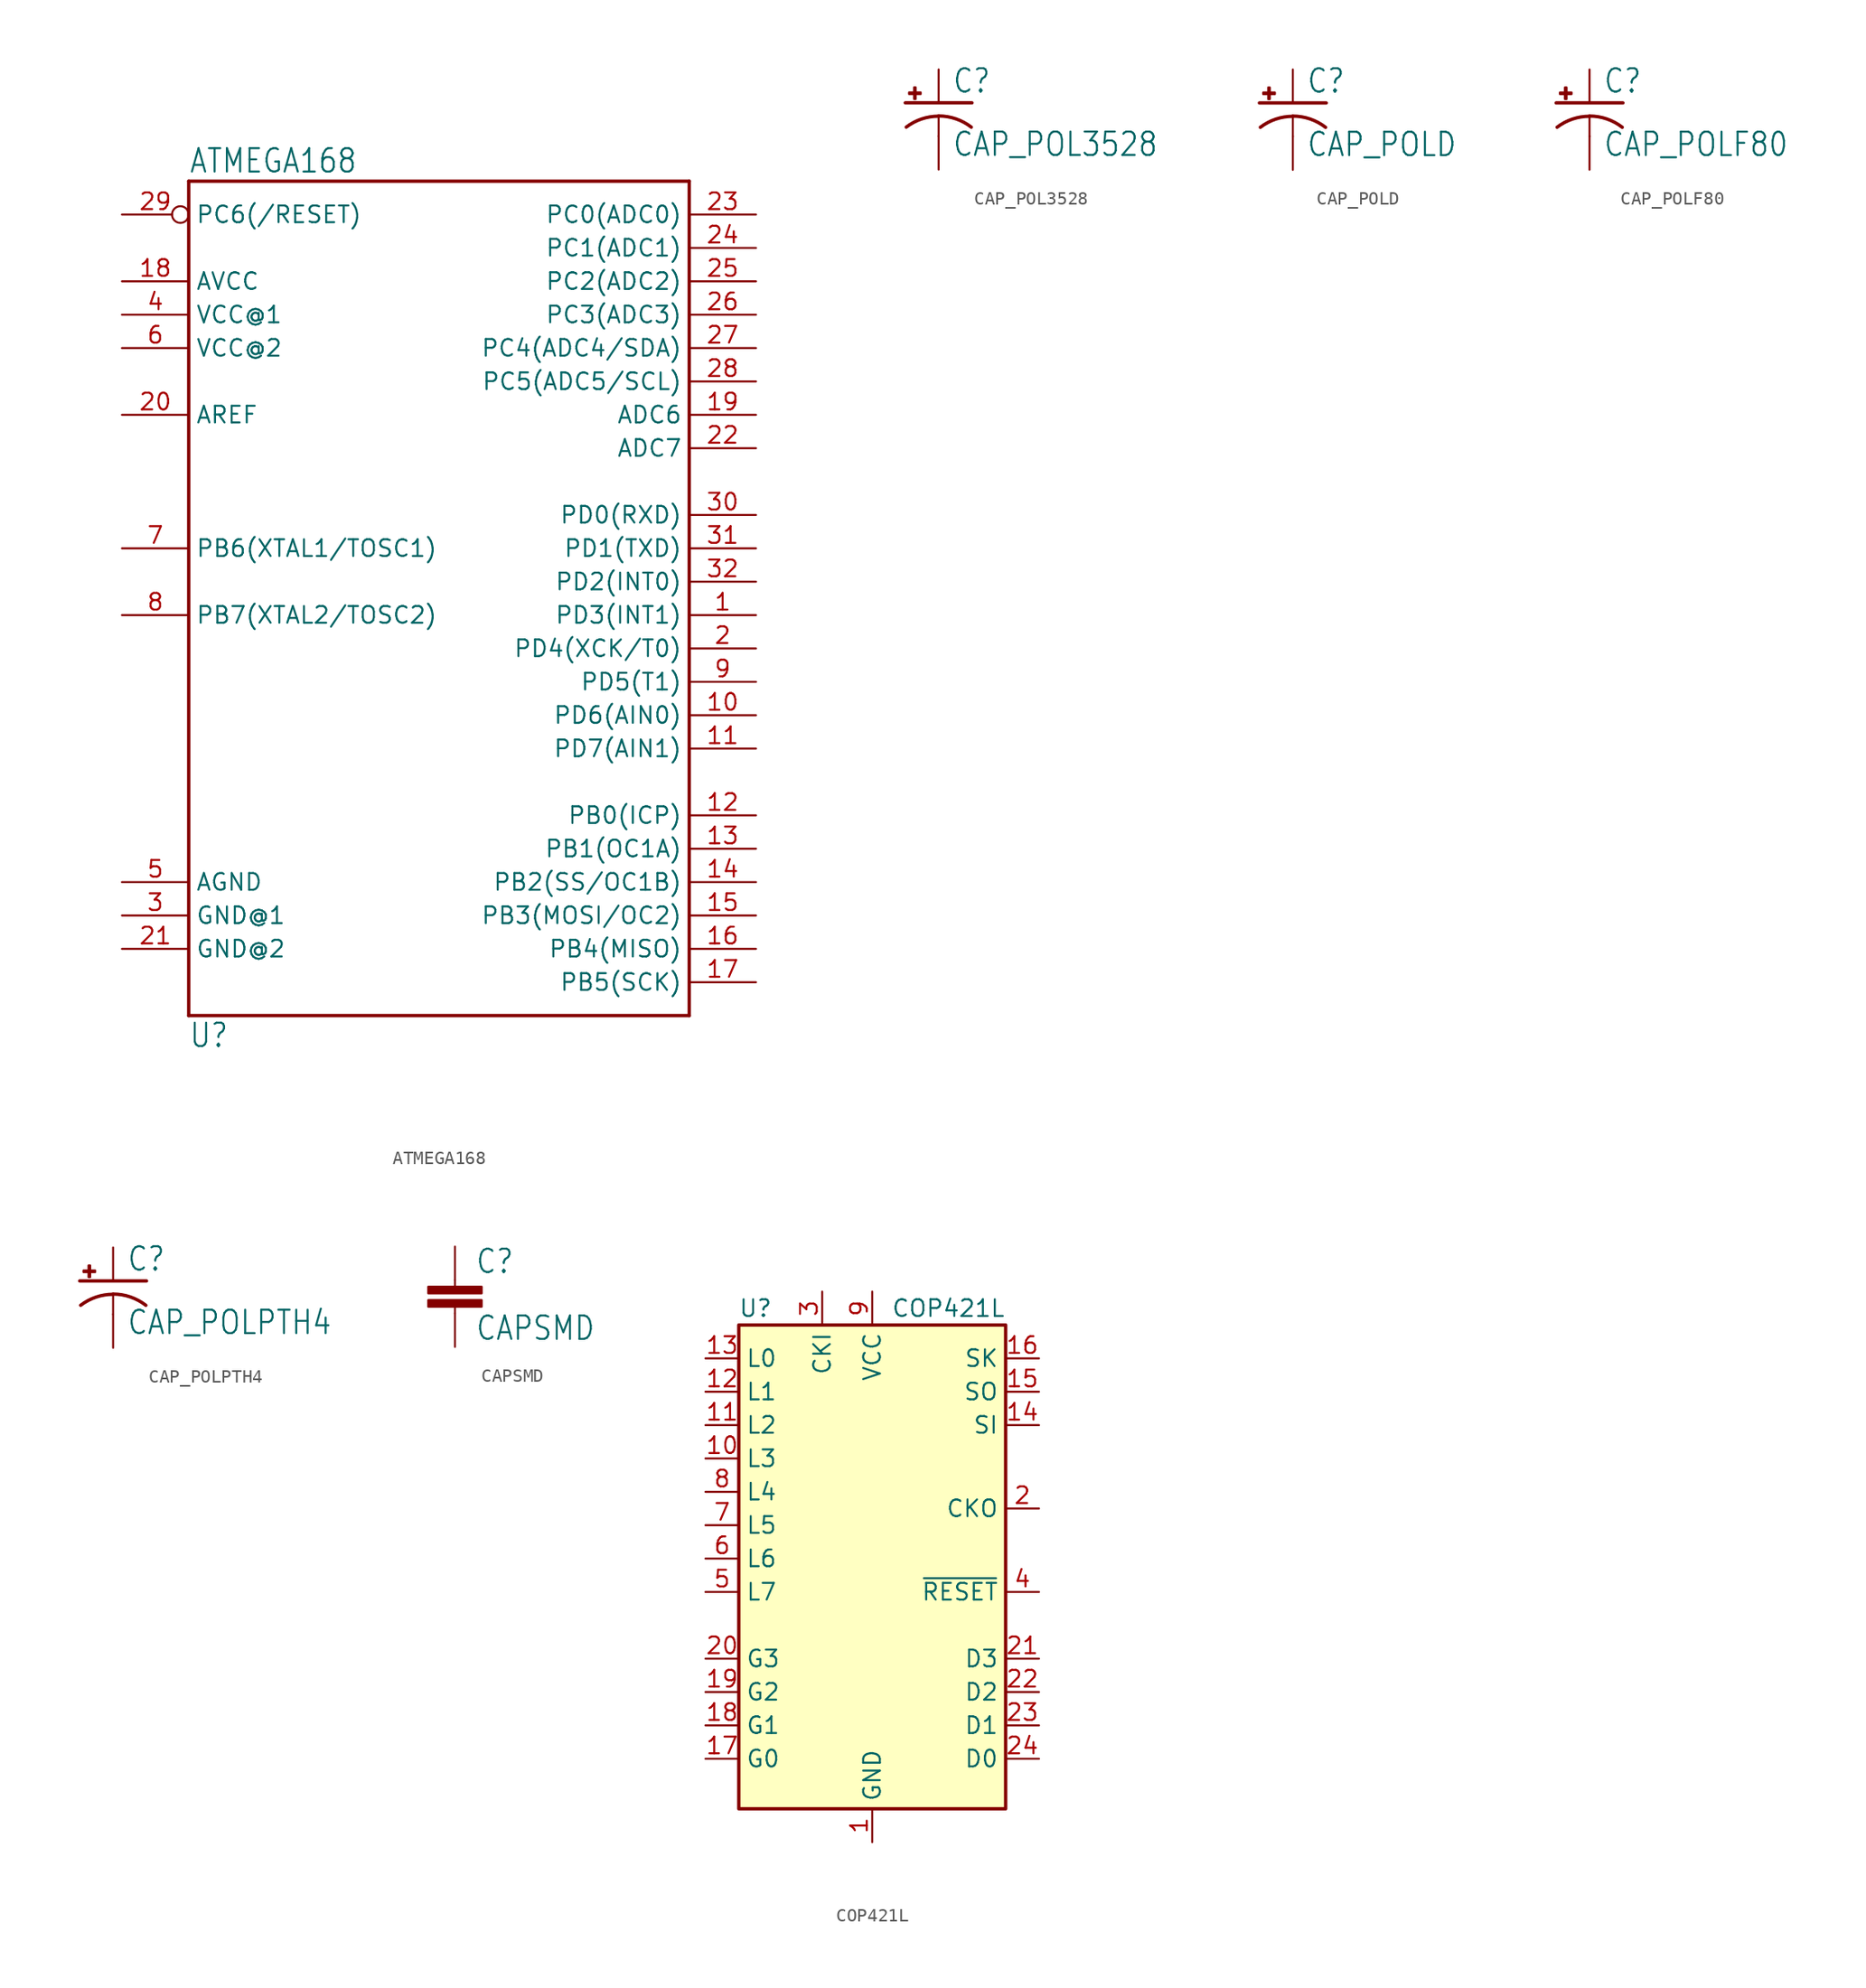
<source format=kicad_sym>
(kicad_symbol_lib
  (version 20211014)
  (generator kicad_symbol_editor)
  (symbol "ATMEGA168"
    (property "Reference" "U"
      (at -17.78 -38.1 0)
      (effects (font (size 1.778 1.511)) (justify left bottom)))
    (property "Value" "ATMEGA168"
      (at -17.78 28.448 0)
      (effects (font (size 1.778 1.511)) (justify left bottom)))
    (property "ki_locked" ""
      (at 0 0 0)
      (effects (font (size 1.27 1.27))))
    (symbol "ATMEGA168_1_0"
      (polyline (pts (xy -17.78 -35.56) (xy -17.78 27.94)) (stroke (width 0.254) (type default) (color 0 0 0 0)) (fill (type none)))
      (polyline (pts (xy -17.78 27.94) (xy 20.32 27.94)) (stroke (width 0.254) (type default) (color 0 0 0 0)) (fill (type none)))
      (polyline (pts (xy 20.32 -35.56) (xy -17.78 -35.56)) (stroke (width 0.254) (type default) (color 0 0 0 0)) (fill (type none)))
      (polyline (pts (xy 20.32 27.94) (xy 20.32 -35.56)) (stroke (width 0.254) (type default) (color 0 0 0 0)) (fill (type none)))
      (pin bidirectional line (at 25.4 -5.08 180) (length 5.08) (name "PD3(INT1)" (effects (font (size 1.27 1.27)))) (number "1" (effects (font (size 1.27 1.27)))))
      (pin bidirectional line (at 25.4 -12.7 180) (length 5.08) (name "PD6(AIN0)" (effects (font (size 1.27 1.27)))) (number "10" (effects (font (size 1.27 1.27)))))
      (pin bidirectional line (at 25.4 -15.24 180) (length 5.08) (name "PD7(AIN1)" (effects (font (size 1.27 1.27)))) (number "11" (effects (font (size 1.27 1.27)))))
      (pin bidirectional line (at 25.4 -20.32 180) (length 5.08) (name "PB0(ICP)" (effects (font (size 1.27 1.27)))) (number "12" (effects (font (size 1.27 1.27)))))
      (pin bidirectional line (at 25.4 -22.86 180) (length 5.08) (name "PB1(OC1A)" (effects (font (size 1.27 1.27)))) (number "13" (effects (font (size 1.27 1.27)))))
      (pin bidirectional line (at 25.4 -25.4 180) (length 5.08) (name "PB2(SS/OC1B)" (effects (font (size 1.27 1.27)))) (number "14" (effects (font (size 1.27 1.27)))))
      (pin bidirectional line (at 25.4 -27.94 180) (length 5.08) (name "PB3(MOSI/OC2)" (effects (font (size 1.27 1.27)))) (number "15" (effects (font (size 1.27 1.27)))))
      (pin bidirectional line (at 25.4 -30.48 180) (length 5.08) (name "PB4(MISO)" (effects (font (size 1.27 1.27)))) (number "16" (effects (font (size 1.27 1.27)))))
      (pin bidirectional line (at 25.4 -33.02 180) (length 5.08) (name "PB5(SCK)" (effects (font (size 1.27 1.27)))) (number "17" (effects (font (size 1.27 1.27)))))
      (pin bidirectional line (at -22.86 20.32 0) (length 5.08) (name "AVCC" (effects (font (size 1.27 1.27)))) (number "18" (effects (font (size 1.27 1.27)))))
      (pin bidirectional line (at 25.4 10.16 180) (length 5.08) (name "ADC6" (effects (font (size 1.27 1.27)))) (number "19" (effects (font (size 1.27 1.27)))))
      (pin bidirectional line (at 25.4 -7.62 180) (length 5.08) (name "PD4(XCK/T0)" (effects (font (size 1.27 1.27)))) (number "2" (effects (font (size 1.27 1.27)))))
      (pin bidirectional line (at -22.86 10.16 0) (length 5.08) (name "AREF" (effects (font (size 1.27 1.27)))) (number "20" (effects (font (size 1.27 1.27)))))
      (pin bidirectional line (at -22.86 -30.48 0) (length 5.08) (name "GND@2" (effects (font (size 1.27 1.27)))) (number "21" (effects (font (size 1.27 1.27)))))
      (pin bidirectional line (at 25.4 7.62 180) (length 5.08) (name "ADC7" (effects (font (size 1.27 1.27)))) (number "22" (effects (font (size 1.27 1.27)))))
      (pin bidirectional line (at 25.4 25.4 180) (length 5.08) (name "PC0(ADC0)" (effects (font (size 1.27 1.27)))) (number "23" (effects (font (size 1.27 1.27)))))
      (pin bidirectional line (at 25.4 22.86 180) (length 5.08) (name "PC1(ADC1)" (effects (font (size 1.27 1.27)))) (number "24" (effects (font (size 1.27 1.27)))))
      (pin bidirectional line (at 25.4 20.32 180) (length 5.08) (name "PC2(ADC2)" (effects (font (size 1.27 1.27)))) (number "25" (effects (font (size 1.27 1.27)))))
      (pin bidirectional line (at 25.4 17.78 180) (length 5.08) (name "PC3(ADC3)" (effects (font (size 1.27 1.27)))) (number "26" (effects (font (size 1.27 1.27)))))
      (pin bidirectional line (at 25.4 15.24 180) (length 5.08) (name "PC4(ADC4/SDA)" (effects (font (size 1.27 1.27)))) (number "27" (effects (font (size 1.27 1.27)))))
      (pin bidirectional line (at 25.4 12.7 180) (length 5.08) (name "PC5(ADC5/SCL)" (effects (font (size 1.27 1.27)))) (number "28" (effects (font (size 1.27 1.27)))))
      (pin bidirectional inverted (at -22.86 25.4 0) (length 5.08) (name "PC6(/RESET)" (effects (font (size 1.27 1.27)))) (number "29" (effects (font (size 1.27 1.27)))))
      (pin bidirectional line (at -22.86 -27.94 0) (length 5.08) (name "GND@1" (effects (font (size 1.27 1.27)))) (number "3" (effects (font (size 1.27 1.27)))))
      (pin bidirectional line (at 25.4 2.54 180) (length 5.08) (name "PD0(RXD)" (effects (font (size 1.27 1.27)))) (number "30" (effects (font (size 1.27 1.27)))))
      (pin bidirectional line (at 25.4 0 180) (length 5.08) (name "PD1(TXD)" (effects (font (size 1.27 1.27)))) (number "31" (effects (font (size 1.27 1.27)))))
      (pin bidirectional line (at 25.4 -2.54 180) (length 5.08) (name "PD2(INT0)" (effects (font (size 1.27 1.27)))) (number "32" (effects (font (size 1.27 1.27)))))
      (pin bidirectional line (at -22.86 17.78 0) (length 5.08) (name "VCC@1" (effects (font (size 1.27 1.27)))) (number "4" (effects (font (size 1.27 1.27)))))
      (pin bidirectional line (at -22.86 -25.4 0) (length 5.08) (name "AGND" (effects (font (size 1.27 1.27)))) (number "5" (effects (font (size 1.27 1.27)))))
      (pin bidirectional line (at -22.86 15.24 0) (length 5.08) (name "VCC@2" (effects (font (size 1.27 1.27)))) (number "6" (effects (font (size 1.27 1.27)))))
      (pin bidirectional line (at -22.86 0 0) (length 5.08) (name "PB6(XTAL1/TOSC1)" (effects (font (size 1.27 1.27)))) (number "7" (effects (font (size 1.27 1.27)))))
      (pin bidirectional line (at -22.86 -5.08 0) (length 5.08) (name "PB7(XTAL2/TOSC2)" (effects (font (size 1.27 1.27)))) (number "8" (effects (font (size 1.27 1.27)))))
      (pin bidirectional line (at 25.4 -10.16 180) (length 5.08) (name "PD5(T1)" (effects (font (size 1.27 1.27)))) (number "9" (effects (font (size 1.27 1.27)))))))
  (symbol "CAP_POL3528"
    (property "Reference" "C"
      (at 1.016 0.635 0)
      (effects (font (size 1.778 1.511)) (justify left bottom)))
    (property "Value" "CAP_POL3528"
      (at 1.016 -4.191 0)
      (effects (font (size 1.778 1.511)) (justify left bottom)))
    (property "ki_locked" ""
      (at 0 0 0)
      (effects (font (size 1.27 1.27))))
    (symbol "CAP_POL3528_1_0"
      (rectangle (start -2.253 0.668) (end -1.364 0.795) (stroke (width 0) (type default) (color 0 0 0 0)) (fill (type outline)))
      (rectangle (start -1.872 0.287) (end -1.745 1.176) (stroke (width 0) (type default) (color 0 0 0 0)) (fill (type outline)))
      (arc (start 0 -1.0161) (mid -1.3021 -1.2302) (end -2.4669 -1.8504) (stroke (width 0.254) (type default) (color 0 0 0 0)) (fill (type none)))
      (polyline (pts (xy -2.54 0) (xy 2.54 0)) (stroke (width 0.254) (type default) (color 0 0 0 0)) (fill (type none)))
      (polyline (pts (xy 0 -1.016) (xy 0 -2.54)) (stroke (width 0.152) (type default) (color 0 0 0 0)) (fill (type none)))
      (arc (start 2.4892 -1.8542) (mid 1.3158 -1.2195) (end 0 -1) (stroke (width 0.254) (type default) (color 0 0 0 0)) (fill (type none)))
      (pin passive line (at 0 2.54 270) (length 2.54) (name "+" (effects (font (size 0 0)))) (number "A" (effects (font (size 0 0)))))
      (pin passive line (at 0 -5.08 90) (length 2.54) (name "-" (effects (font (size 0 0)))) (number "C" (effects (font (size 0 0)))))))
  (symbol "CAP_POLD"
    (property "Reference" "C"
      (at 1.016 0.635 0)
      (effects (font (size 1.778 1.511)) (justify left bottom)))
    (property "Value" "CAP_POLD"
      (at 1.016 -4.191 0)
      (effects (font (size 1.778 1.511)) (justify left bottom)))
    (property "ki_locked" ""
      (at 0 0 0)
      (effects (font (size 1.27 1.27))))
    (symbol "CAP_POLD_1_0"
      (rectangle (start -2.253 0.668) (end -1.364 0.795) (stroke (width 0) (type default) (color 0 0 0 0)) (fill (type outline)))
      (rectangle (start -1.872 0.287) (end -1.745 1.176) (stroke (width 0) (type default) (color 0 0 0 0)) (fill (type outline)))
      (arc (start 0 -1.0161) (mid -1.3021 -1.2302) (end -2.4669 -1.8504) (stroke (width 0.254) (type default) (color 0 0 0 0)) (fill (type none)))
      (polyline (pts (xy -2.54 0) (xy 2.54 0)) (stroke (width 0.254) (type default) (color 0 0 0 0)) (fill (type none)))
      (polyline (pts (xy 0 -1.016) (xy 0 -2.54)) (stroke (width 0.152) (type default) (color 0 0 0 0)) (fill (type none)))
      (arc (start 2.4892 -1.8542) (mid 1.3158 -1.2195) (end 0 -1) (stroke (width 0.254) (type default) (color 0 0 0 0)) (fill (type none)))
      (pin passive line (at 0 2.54 270) (length 2.54) (name "+" (effects (font (size 0 0)))) (number "+" (effects (font (size 0 0)))))
      (pin passive line (at 0 -5.08 90) (length 2.54) (name "-" (effects (font (size 0 0)))) (number "-" (effects (font (size 0 0)))))))
  (symbol "CAP_POLF80"
    (property "Reference" "C"
      (at 1.016 0.635 0)
      (effects (font (size 1.778 1.511)) (justify left bottom)))
    (property "Value" "CAP_POLF80"
      (at 1.016 -4.191 0)
      (effects (font (size 1.778 1.511)) (justify left bottom)))
    (property "ki_locked" ""
      (at 0 0 0)
      (effects (font (size 1.27 1.27))))
    (symbol "CAP_POLF80_1_0"
      (rectangle (start -2.253 0.668) (end -1.364 0.795) (stroke (width 0) (type default) (color 0 0 0 0)) (fill (type outline)))
      (rectangle (start -1.872 0.287) (end -1.745 1.176) (stroke (width 0) (type default) (color 0 0 0 0)) (fill (type outline)))
      (arc (start 0 -1.0161) (mid -1.3021 -1.2302) (end -2.4669 -1.8504) (stroke (width 0.254) (type default) (color 0 0 0 0)) (fill (type none)))
      (polyline (pts (xy -2.54 0) (xy 2.54 0)) (stroke (width 0.254) (type default) (color 0 0 0 0)) (fill (type none)))
      (polyline (pts (xy 0 -1.016) (xy 0 -2.54)) (stroke (width 0.152) (type default) (color 0 0 0 0)) (fill (type none)))
      (arc (start 2.4892 -1.8542) (mid 1.3158 -1.2195) (end 0 -1) (stroke (width 0.254) (type default) (color 0 0 0 0)) (fill (type none)))
      (pin passive line (at 0 2.54 270) (length 2.54) (name "+" (effects (font (size 0 0)))) (number "+" (effects (font (size 0 0)))))
      (pin passive line (at 0 -5.08 90) (length 2.54) (name "-" (effects (font (size 0 0)))) (number "-" (effects (font (size 0 0)))))))
  (symbol "CAP_POLPTH4"
    (property "Reference" "C"
      (at 1.016 0.635 0)
      (effects (font (size 1.778 1.511)) (justify left bottom)))
    (property "Value" "CAP_POLPTH4"
      (at 1.016 -4.191 0)
      (effects (font (size 1.778 1.511)) (justify left bottom)))
    (property "ki_locked" ""
      (at 0 0 0)
      (effects (font (size 1.27 1.27))))
    (symbol "CAP_POLPTH4_1_0"
      (rectangle (start -2.253 0.668) (end -1.364 0.795) (stroke (width 0) (type default) (color 0 0 0 0)) (fill (type outline)))
      (rectangle (start -1.872 0.287) (end -1.745 1.176) (stroke (width 0) (type default) (color 0 0 0 0)) (fill (type outline)))
      (arc (start 0 -1.0161) (mid -1.3021 -1.2302) (end -2.4669 -1.8504) (stroke (width 0.254) (type default) (color 0 0 0 0)) (fill (type none)))
      (polyline (pts (xy -2.54 0) (xy 2.54 0)) (stroke (width 0.254) (type default) (color 0 0 0 0)) (fill (type none)))
      (polyline (pts (xy 0 -1.016) (xy 0 -2.54)) (stroke (width 0.152) (type default) (color 0 0 0 0)) (fill (type none)))
      (arc (start 2.4892 -1.8542) (mid 1.3158 -1.2195) (end 0 -1) (stroke (width 0.254) (type default) (color 0 0 0 0)) (fill (type none)))
      (pin passive line (at 0 2.54 270) (length 2.54) (name "+" (effects (font (size 0 0)))) (number "1" (effects (font (size 0 0)))))
      (pin passive line (at 0 -5.08 90) (length 2.54) (name "-" (effects (font (size 0 0)))) (number "2" (effects (font (size 0 0)))))))
  (symbol "CAPSMD"
    (property "Reference" "C"
      (at 1.524 2.921 0)
      (effects (font (size 1.778 1.511)) (justify left bottom)))
    (property "Value" "CAPSMD"
      (at 1.524 -2.159 0)
      (effects (font (size 1.778 1.511)) (justify left bottom)))
    (property "ki_locked" ""
      (at 0 0 0)
      (effects (font (size 1.27 1.27))))
    (symbol "CAPSMD_1_0"
      (rectangle (start -2.032 0.508) (end 2.032 1.016) (stroke (width 0) (type default) (color 0 0 0 0)) (fill (type outline)))
      (rectangle (start -2.032 1.524) (end 2.032 2.032) (stroke (width 0) (type default) (color 0 0 0 0)) (fill (type outline)))
      (polyline (pts (xy 0 0) (xy 0 0.508)) (stroke (width 0.152) (type default) (color 0 0 0 0)) (fill (type none)))
      (polyline (pts (xy 0 2.54) (xy 0 2.032)) (stroke (width 0.152) (type default) (color 0 0 0 0)) (fill (type none)))
      (pin passive line (at 0 5.08 270) (length 2.54) (name "1" (effects (font (size 0 0)))) (number "A" (effects (font (size 0 0)))))
      (pin passive line (at 0 -2.54 90) (length 2.54) (name "2" (effects (font (size 0 0)))) (number "C" (effects (font (size 0 0)))))))
  (symbol "COP421L"
    (property "Reference" "U"
      (at -8.89 34.29 0)
      (effects (font (size 1.27 1.27))))
    (property "Value" "COP421L"
      (at 10.16 34.29 0)
      (effects (font (size 1.27 1.27)) (justify right)))
    (symbol "COP421L_0_1"
      (rectangle (start -10.16 33.02) (end 10.16 -3.81) (stroke (width 0.254) (type default) (color 0 0 0 0)) (fill (type background))))
    (symbol "COP421L_1_1"
      (pin power_in line (at 0 -6.35 90) (length 2.54) (name "GND" (effects (font (size 1.27 1.27)))) (number "1" (effects (font (size 1.27 1.27)))))
      (pin bidirectional line (at -12.7 22.86 0) (length 2.54) (name "L3" (effects (font (size 1.27 1.27)))) (number "10" (effects (font (size 1.27 1.27)))))
      (pin bidirectional line (at -12.7 25.4 0) (length 2.54) (name "L2" (effects (font (size 1.27 1.27)))) (number "11" (effects (font (size 1.27 1.27)))))
      (pin bidirectional line (at -12.7 27.94 0) (length 2.54) (name "L1" (effects (font (size 1.27 1.27)))) (number "12" (effects (font (size 1.27 1.27)))))
      (pin bidirectional line (at -12.7 30.48 0) (length 2.54) (name "L0" (effects (font (size 1.27 1.27)))) (number "13" (effects (font (size 1.27 1.27)))))
      (pin input line (at 12.7 25.4 180) (length 2.54) (name "SI" (effects (font (size 1.27 1.27)))) (number "14" (effects (font (size 1.27 1.27)))))
      (pin output line (at 12.7 27.94 180) (length 2.54) (name "SO" (effects (font (size 1.27 1.27)))) (number "15" (effects (font (size 1.27 1.27)))))
      (pin output line (at 12.7 30.48 180) (length 2.54) (name "SK" (effects (font (size 1.27 1.27)))) (number "16" (effects (font (size 1.27 1.27)))))
      (pin bidirectional line (at -12.7 0 0) (length 2.54) (name "G0" (effects (font (size 1.27 1.27)))) (number "17" (effects (font (size 1.27 1.27)))))
      (pin bidirectional line (at -12.7 2.54 0) (length 2.54) (name "G1" (effects (font (size 1.27 1.27)))) (number "18" (effects (font (size 1.27 1.27)))))
      (pin bidirectional line (at -12.7 5.08 0) (length 2.54) (name "G2" (effects (font (size 1.27 1.27)))) (number "19" (effects (font (size 1.27 1.27)))))
      (pin input line (at 12.7 19.05 180) (length 2.54) (name "CKO" (effects (font (size 1.27 1.27)))) (number "2" (effects (font (size 1.27 1.27)))))
      (pin bidirectional line (at -12.7 7.62 0) (length 2.54) (name "G3" (effects (font (size 1.27 1.27)))) (number "20" (effects (font (size 1.27 1.27)))))
      (pin output line (at 12.7 7.62 180) (length 2.54) (name "D3" (effects (font (size 1.27 1.27)))) (number "21" (effects (font (size 1.27 1.27)))))
      (pin output line (at 12.7 5.08 180) (length 2.54) (name "D2" (effects (font (size 1.27 1.27)))) (number "22" (effects (font (size 1.27 1.27)))))
      (pin output line (at 12.7 2.54 180) (length 2.54) (name "D1" (effects (font (size 1.27 1.27)))) (number "23" (effects (font (size 1.27 1.27)))))
      (pin output line (at 12.7 0 180) (length 2.54) (name "D0" (effects (font (size 1.27 1.27)))) (number "24" (effects (font (size 1.27 1.27)))))
      (pin input line (at -3.81 35.56 270) (length 2.54) (name "CKI" (effects (font (size 1.27 1.27)))) (number "3" (effects (font (size 1.27 1.27)))))
      (pin input line (at 12.7 12.7 180) (length 2.54) (name "~{RESET}" (effects (font (size 1.27 1.27)))) (number "4" (effects (font (size 1.27 1.27)))))
      (pin bidirectional line (at -12.7 12.7 0) (length 2.54) (name "L7" (effects (font (size 1.27 1.27)))) (number "5" (effects (font (size 1.27 1.27)))))
      (pin bidirectional line (at -12.7 15.24 0) (length 2.54) (name "L6" (effects (font (size 1.27 1.27)))) (number "6" (effects (font (size 1.27 1.27)))))
      (pin bidirectional line (at -12.7 17.78 0) (length 2.54) (name "L5" (effects (font (size 1.27 1.27)))) (number "7" (effects (font (size 1.27 1.27)))))
      (pin bidirectional line (at -12.7 20.32 0) (length 2.54) (name "L4" (effects (font (size 1.27 1.27)))) (number "8" (effects (font (size 1.27 1.27)))))
      (pin power_in line (at 0 35.56 270) (length 2.54) (name "VCC" (effects (font (size 1.27 1.27)))) (number "9" (effects (font (size 1.27 1.27))))))))
</source>
